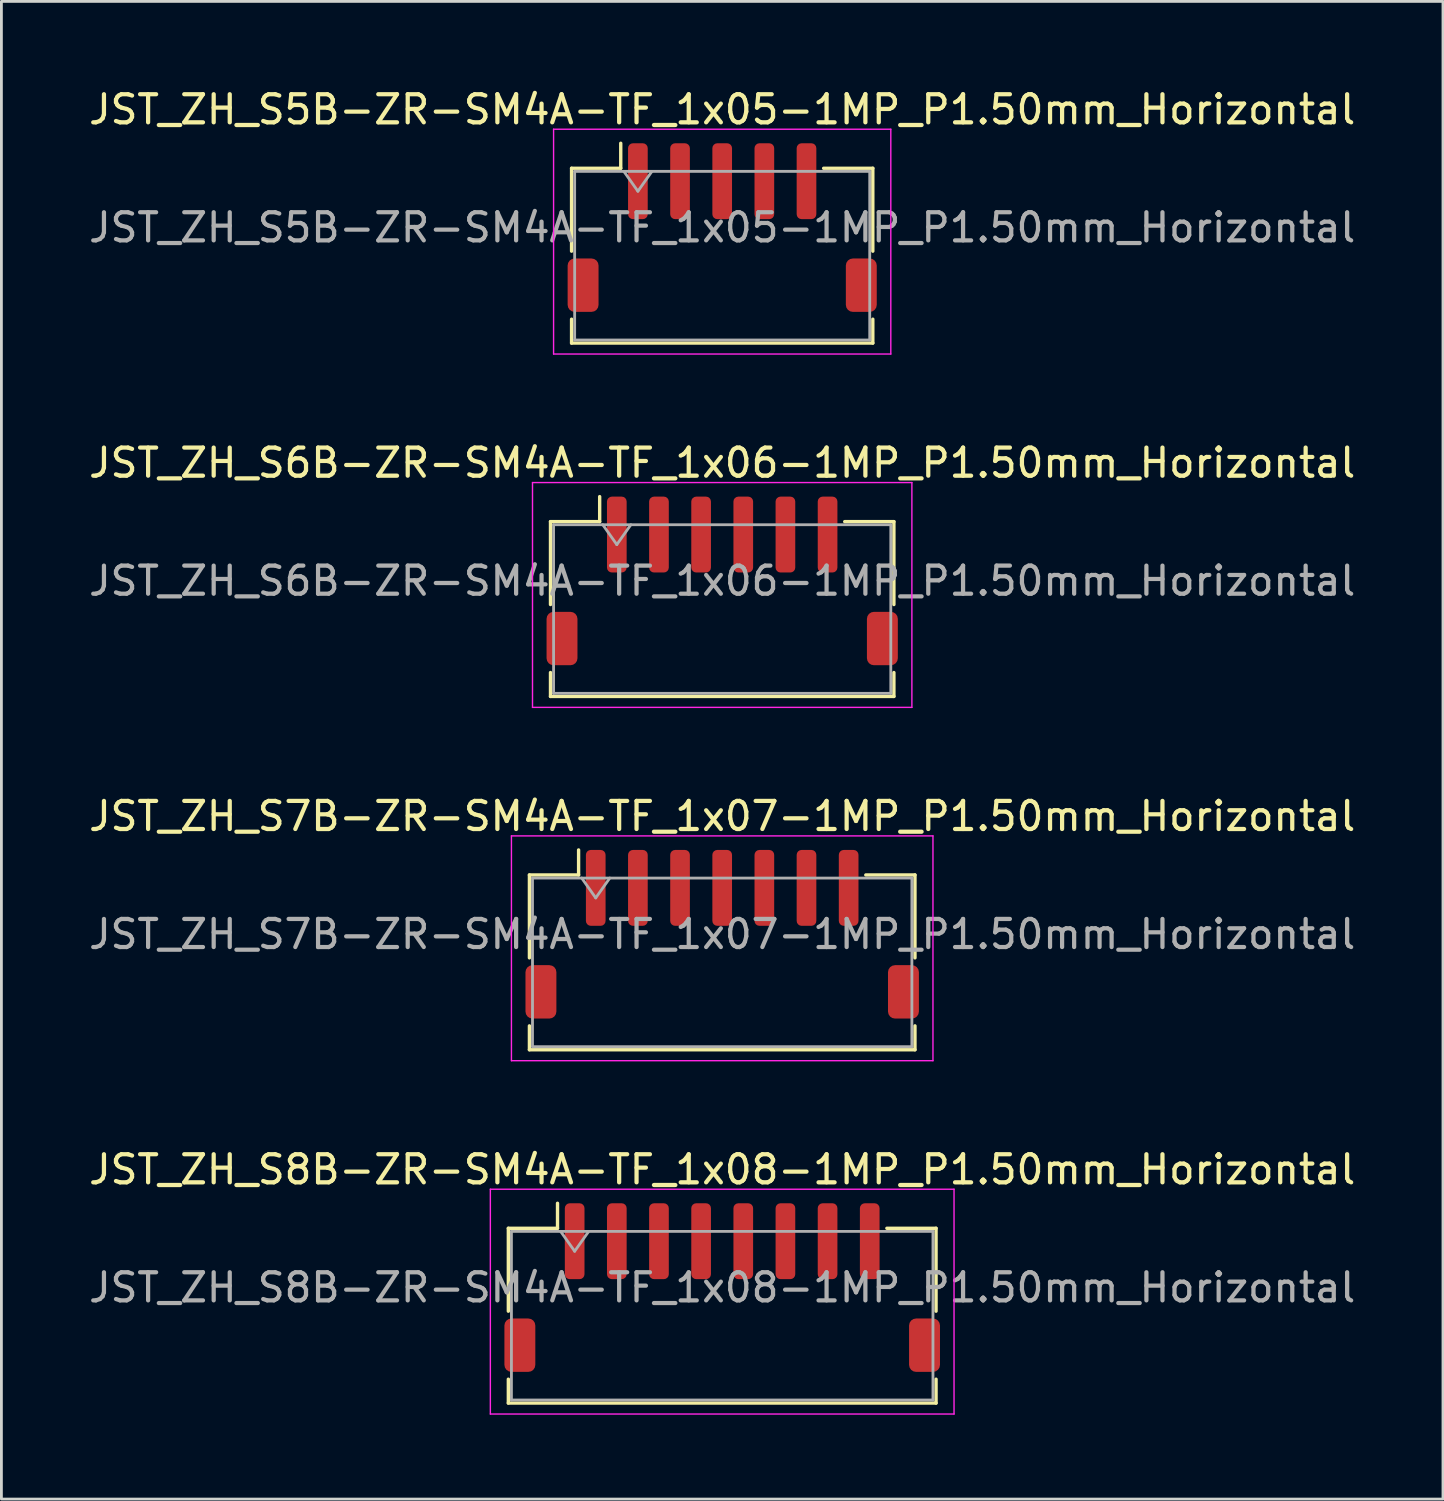
<source format=kicad_pcb>
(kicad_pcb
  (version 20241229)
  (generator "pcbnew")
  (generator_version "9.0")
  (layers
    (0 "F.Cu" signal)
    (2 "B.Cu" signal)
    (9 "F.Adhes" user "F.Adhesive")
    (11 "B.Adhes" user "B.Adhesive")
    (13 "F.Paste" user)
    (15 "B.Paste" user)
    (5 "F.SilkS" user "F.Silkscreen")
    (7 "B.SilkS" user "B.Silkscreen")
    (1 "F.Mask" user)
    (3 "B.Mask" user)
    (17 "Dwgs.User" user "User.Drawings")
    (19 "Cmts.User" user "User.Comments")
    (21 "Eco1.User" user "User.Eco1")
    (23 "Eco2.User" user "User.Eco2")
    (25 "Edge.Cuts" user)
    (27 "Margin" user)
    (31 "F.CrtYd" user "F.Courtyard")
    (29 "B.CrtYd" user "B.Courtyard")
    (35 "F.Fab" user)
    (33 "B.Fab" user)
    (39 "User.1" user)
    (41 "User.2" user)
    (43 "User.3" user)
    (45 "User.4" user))
  (footprint "JST_ZH_S8B-ZR-SM4A-TF_1x08-1MP_P1.50mm_Horizontal"
    (layer "F.Cu")
    (at 22.649 42.768)
    (property "Reference" "JST_ZH_S8B-ZR-SM4A-TF_1x08-1MP_P1.50mm_Horizontal" (at 0 -4.2 0) (layer "F.SilkS") (effects (font (size 1 1) (thickness 0.15))))
    (attr smd)
    (fp_line (start -7.61 -2.11) (end -5.86 -2.11) (stroke (width 0.12) (type solid)) (layer "F.SilkS"))
    (fp_line (start -7.61 0.84) (end -7.61 -2.11) (stroke (width 0.12) (type solid)) (layer "F.SilkS"))
    (fp_line (start -7.61 3.26) (end -7.61 4.11) (stroke (width 0.12) (type solid)) (layer "F.SilkS"))
    (fp_line (start -7.61 4.11) (end 7.61 4.11) (stroke (width 0.12) (type solid)) (layer "F.SilkS"))
    (fp_line (start -5.86 -2.11) (end -5.86 -3) (stroke (width 0.12) (type solid)) (layer "F.SilkS"))
    (fp_line (start 7.61 -2.11) (end 5.86 -2.11) (stroke (width 0.12) (type solid)) (layer "F.SilkS"))
    (fp_line (start 7.61 0.84) (end 7.61 -2.11) (stroke (width 0.12) (type solid)) (layer "F.SilkS"))
    (fp_line (start 7.61 4.11) (end 7.61 3.26) (stroke (width 0.12) (type solid)) (layer "F.SilkS"))
    (fp_line (start -8.25 -3.5) (end -8.25 4.5) (stroke (width 0.05) (type solid)) (layer "F.CrtYd"))
    (fp_line (start -8.25 4.5) (end 8.25 4.5) (stroke (width 0.05) (type solid)) (layer "F.CrtYd"))
    (fp_line (start 8.25 -3.5) (end -8.25 -3.5) (stroke (width 0.05) (type solid)) (layer "F.CrtYd"))
    (fp_line (start 8.25 4.5) (end 8.25 -3.5) (stroke (width 0.05) (type solid)) (layer "F.CrtYd"))
    (fp_line (start -7.5 -2) (end -7.5 4) (stroke (width 0.1) (type solid)) (layer "F.Fab"))
    (fp_line (start -7.5 -2) (end 7.5 -2) (stroke (width 0.1) (type solid)) (layer "F.Fab"))
    (fp_line (start -7.5 4) (end 7.5 4) (stroke (width 0.1) (type solid)) (layer "F.Fab"))
    (fp_line (start -5.75 -2) (end -5.25 -1.293) (stroke (width 0.1) (type solid)) (layer "F.Fab"))
    (fp_line (start -5.25 -1.293) (end -4.75 -2) (stroke (width 0.1) (type solid)) (layer "F.Fab"))
    (fp_line (start 7.5 -2) (end 7.5 4) (stroke (width 0.1) (type solid)) (layer "F.Fab"))
    (fp_text user "${REFERENCE}" (at 0 0 0) (layer "F.Fab") (effects (font (size 1 1) (thickness 0.15))))
    (pad "1" smd roundrect (at -5.25 -1.65) (size 0.7 2.7) (layers "F.Cu" "F.Mask" "F.Paste") (roundrect_rratio 0.25))
    (pad "2" smd roundrect (at -3.75 -1.65) (size 0.7 2.7) (layers "F.Cu" "F.Mask" "F.Paste") (roundrect_rratio 0.25))
    (pad "3" smd roundrect (at -2.25 -1.65) (size 0.7 2.7) (layers "F.Cu" "F.Mask" "F.Paste") (roundrect_rratio 0.25))
    (pad "4" smd roundrect (at -0.75 -1.65) (size 0.7 2.7) (layers "F.Cu" "F.Mask" "F.Paste") (roundrect_rratio 0.25))
    (pad "5" smd roundrect (at 0.75 -1.65) (size 0.7 2.7) (layers "F.Cu" "F.Mask" "F.Paste") (roundrect_rratio 0.25))
    (pad "6" smd roundrect (at 2.25 -1.65) (size 0.7 2.7) (layers "F.Cu" "F.Mask" "F.Paste") (roundrect_rratio 0.25))
    (pad "7" smd roundrect (at 3.75 -1.65) (size 0.7 2.7) (layers "F.Cu" "F.Mask" "F.Paste") (roundrect_rratio 0.25))
    (pad "8" smd roundrect (at 5.25 -1.65) (size 0.7 2.7) (layers "F.Cu" "F.Mask" "F.Paste") (roundrect_rratio 0.25))
    (pad "MP" smd roundrect (at -7.2 2.05) (size 1.1 1.9) (layers "F.Cu" "F.Mask" "F.Paste") (roundrect_rratio 0.227))
    (pad "MP" smd roundrect (at 7.2 2.05) (size 1.1 1.9) (layers "F.Cu" "F.Mask" "F.Paste") (roundrect_rratio 0.227)))
  (footprint "JST_ZH_S7B-ZR-SM4A-TF_1x07-1MP_P1.50mm_Horizontal"
    (layer "F.Cu")
    (at 22.649 30.195)
    (property "Reference" "JST_ZH_S7B-ZR-SM4A-TF_1x07-1MP_P1.50mm_Horizontal" (at 0 -4.2 0) (layer "F.SilkS") (effects (font (size 1 1) (thickness 0.15))))
    (attr smd)
    (fp_line (start -6.86 -2.11) (end -5.11 -2.11) (stroke (width 0.12) (type solid)) (layer "F.SilkS"))
    (fp_line (start -6.86 0.84) (end -6.86 -2.11) (stroke (width 0.12) (type solid)) (layer "F.SilkS"))
    (fp_line (start -6.86 3.26) (end -6.86 4.11) (stroke (width 0.12) (type solid)) (layer "F.SilkS"))
    (fp_line (start -6.86 4.11) (end 6.86 4.11) (stroke (width 0.12) (type solid)) (layer "F.SilkS"))
    (fp_line (start -5.11 -2.11) (end -5.11 -3) (stroke (width 0.12) (type solid)) (layer "F.SilkS"))
    (fp_line (start 6.86 -2.11) (end 5.11 -2.11) (stroke (width 0.12) (type solid)) (layer "F.SilkS"))
    (fp_line (start 6.86 0.84) (end 6.86 -2.11) (stroke (width 0.12) (type solid)) (layer "F.SilkS"))
    (fp_line (start 6.86 4.11) (end 6.86 3.26) (stroke (width 0.12) (type solid)) (layer "F.SilkS"))
    (fp_line (start -7.5 -3.5) (end -7.5 4.5) (stroke (width 0.05) (type solid)) (layer "F.CrtYd"))
    (fp_line (start -7.5 4.5) (end 7.5 4.5) (stroke (width 0.05) (type solid)) (layer "F.CrtYd"))
    (fp_line (start 7.5 -3.5) (end -7.5 -3.5) (stroke (width 0.05) (type solid)) (layer "F.CrtYd"))
    (fp_line (start 7.5 4.5) (end 7.5 -3.5) (stroke (width 0.05) (type solid)) (layer "F.CrtYd"))
    (fp_line (start -6.75 -2) (end -6.75 4) (stroke (width 0.1) (type solid)) (layer "F.Fab"))
    (fp_line (start -6.75 -2) (end 6.75 -2) (stroke (width 0.1) (type solid)) (layer "F.Fab"))
    (fp_line (start -6.75 4) (end 6.75 4) (stroke (width 0.1) (type solid)) (layer "F.Fab"))
    (fp_line (start -5 -2) (end -4.5 -1.293) (stroke (width 0.1) (type solid)) (layer "F.Fab"))
    (fp_line (start -4.5 -1.293) (end -4 -2) (stroke (width 0.1) (type solid)) (layer "F.Fab"))
    (fp_line (start 6.75 -2) (end 6.75 4) (stroke (width 0.1) (type solid)) (layer "F.Fab"))
    (fp_text user "${REFERENCE}" (at 0 0 0) (layer "F.Fab") (effects (font (size 1 1) (thickness 0.15))))
    (pad "1" smd roundrect (at -4.5 -1.65) (size 0.7 2.7) (layers "F.Cu" "F.Mask" "F.Paste") (roundrect_rratio 0.25))
    (pad "2" smd roundrect (at -3 -1.65) (size 0.7 2.7) (layers "F.Cu" "F.Mask" "F.Paste") (roundrect_rratio 0.25))
    (pad "3" smd roundrect (at -1.5 -1.65) (size 0.7 2.7) (layers "F.Cu" "F.Mask" "F.Paste") (roundrect_rratio 0.25))
    (pad "4" smd roundrect (at 0 -1.65) (size 0.7 2.7) (layers "F.Cu" "F.Mask" "F.Paste") (roundrect_rratio 0.25))
    (pad "5" smd roundrect (at 1.5 -1.65) (size 0.7 2.7) (layers "F.Cu" "F.Mask" "F.Paste") (roundrect_rratio 0.25))
    (pad "6" smd roundrect (at 3 -1.65) (size 0.7 2.7) (layers "F.Cu" "F.Mask" "F.Paste") (roundrect_rratio 0.25))
    (pad "7" smd roundrect (at 4.5 -1.65) (size 0.7 2.7) (layers "F.Cu" "F.Mask" "F.Paste") (roundrect_rratio 0.25))
    (pad "MP" smd roundrect (at -6.45 2.05) (size 1.1 1.9) (layers "F.Cu" "F.Mask" "F.Paste") (roundrect_rratio 0.227))
    (pad "MP" smd roundrect (at 6.45 2.05) (size 1.1 1.9) (layers "F.Cu" "F.Mask" "F.Paste") (roundrect_rratio 0.227)))
  (footprint "JST_ZH_S6B-ZR-SM4A-TF_1x06-1MP_P1.50mm_Horizontal"
    (layer "F.Cu")
    (at 22.649 17.622)
    (property "Reference" "JST_ZH_S6B-ZR-SM4A-TF_1x06-1MP_P1.50mm_Horizontal" (at 0 -4.2 0) (layer "F.SilkS") (effects (font (size 1 1) (thickness 0.15))))
    (attr smd)
    (fp_line (start -6.11 -2.11) (end -4.36 -2.11) (stroke (width 0.12) (type solid)) (layer "F.SilkS"))
    (fp_line (start -6.11 0.84) (end -6.11 -2.11) (stroke (width 0.12) (type solid)) (layer "F.SilkS"))
    (fp_line (start -6.11 3.26) (end -6.11 4.11) (stroke (width 0.12) (type solid)) (layer "F.SilkS"))
    (fp_line (start -6.11 4.11) (end 6.11 4.11) (stroke (width 0.12) (type solid)) (layer "F.SilkS"))
    (fp_line (start -4.36 -2.11) (end -4.36 -3) (stroke (width 0.12) (type solid)) (layer "F.SilkS"))
    (fp_line (start 6.11 -2.11) (end 4.36 -2.11) (stroke (width 0.12) (type solid)) (layer "F.SilkS"))
    (fp_line (start 6.11 0.84) (end 6.11 -2.11) (stroke (width 0.12) (type solid)) (layer "F.SilkS"))
    (fp_line (start 6.11 4.11) (end 6.11 3.26) (stroke (width 0.12) (type solid)) (layer "F.SilkS"))
    (fp_line (start -6.75 -3.5) (end -6.75 4.5) (stroke (width 0.05) (type solid)) (layer "F.CrtYd"))
    (fp_line (start -6.75 4.5) (end 6.75 4.5) (stroke (width 0.05) (type solid)) (layer "F.CrtYd"))
    (fp_line (start 6.75 -3.5) (end -6.75 -3.5) (stroke (width 0.05) (type solid)) (layer "F.CrtYd"))
    (fp_line (start 6.75 4.5) (end 6.75 -3.5) (stroke (width 0.05) (type solid)) (layer "F.CrtYd"))
    (fp_line (start -6 -2) (end -6 4) (stroke (width 0.1) (type solid)) (layer "F.Fab"))
    (fp_line (start -6 -2) (end 6 -2) (stroke (width 0.1) (type solid)) (layer "F.Fab"))
    (fp_line (start -6 4) (end 6 4) (stroke (width 0.1) (type solid)) (layer "F.Fab"))
    (fp_line (start -4.25 -2) (end -3.75 -1.293) (stroke (width 0.1) (type solid)) (layer "F.Fab"))
    (fp_line (start -3.75 -1.293) (end -3.25 -2) (stroke (width 0.1) (type solid)) (layer "F.Fab"))
    (fp_line (start 6 -2) (end 6 4) (stroke (width 0.1) (type solid)) (layer "F.Fab"))
    (fp_text user "${REFERENCE}" (at 0 0 0) (layer "F.Fab") (effects (font (size 1 1) (thickness 0.15))))
    (pad "1" smd roundrect (at -3.75 -1.65) (size 0.7 2.7) (layers "F.Cu" "F.Mask" "F.Paste") (roundrect_rratio 0.25))
    (pad "2" smd roundrect (at -2.25 -1.65) (size 0.7 2.7) (layers "F.Cu" "F.Mask" "F.Paste") (roundrect_rratio 0.25))
    (pad "3" smd roundrect (at -0.75 -1.65) (size 0.7 2.7) (layers "F.Cu" "F.Mask" "F.Paste") (roundrect_rratio 0.25))
    (pad "4" smd roundrect (at 0.75 -1.65) (size 0.7 2.7) (layers "F.Cu" "F.Mask" "F.Paste") (roundrect_rratio 0.25))
    (pad "5" smd roundrect (at 2.25 -1.65) (size 0.7 2.7) (layers "F.Cu" "F.Mask" "F.Paste") (roundrect_rratio 0.25))
    (pad "6" smd roundrect (at 3.75 -1.65) (size 0.7 2.7) (layers "F.Cu" "F.Mask" "F.Paste") (roundrect_rratio 0.25))
    (pad "MP" smd roundrect (at -5.7 2.05) (size 1.1 1.9) (layers "F.Cu" "F.Mask" "F.Paste") (roundrect_rratio 0.227))
    (pad "MP" smd roundrect (at 5.7 2.05) (size 1.1 1.9) (layers "F.Cu" "F.Mask" "F.Paste") (roundrect_rratio 0.227)))
  (footprint "JST_ZH_S5B-ZR-SM4A-TF_1x05-1MP_P1.50mm_Horizontal"
    (layer "F.Cu")
    (at 22.649 5.048)
    (property "Reference" "JST_ZH_S5B-ZR-SM4A-TF_1x05-1MP_P1.50mm_Horizontal" (at 0 -4.2 0) (layer "F.SilkS") (effects (font (size 1 1) (thickness 0.15))))
    (attr smd)
    (fp_line (start -5.36 -2.11) (end -3.61 -2.11) (stroke (width 0.12) (type solid)) (layer "F.SilkS"))
    (fp_line (start -5.36 0.84) (end -5.36 -2.11) (stroke (width 0.12) (type solid)) (layer "F.SilkS"))
    (fp_line (start -5.36 3.26) (end -5.36 4.11) (stroke (width 0.12) (type solid)) (layer "F.SilkS"))
    (fp_line (start -5.36 4.11) (end 5.36 4.11) (stroke (width 0.12) (type solid)) (layer "F.SilkS"))
    (fp_line (start -3.61 -2.11) (end -3.61 -3) (stroke (width 0.12) (type solid)) (layer "F.SilkS"))
    (fp_line (start 5.36 -2.11) (end 3.61 -2.11) (stroke (width 0.12) (type solid)) (layer "F.SilkS"))
    (fp_line (start 5.36 0.84) (end 5.36 -2.11) (stroke (width 0.12) (type solid)) (layer "F.SilkS"))
    (fp_line (start 5.36 4.11) (end 5.36 3.26) (stroke (width 0.12) (type solid)) (layer "F.SilkS"))
    (fp_line (start -6 -3.5) (end -6 4.5) (stroke (width 0.05) (type solid)) (layer "F.CrtYd"))
    (fp_line (start -6 4.5) (end 6 4.5) (stroke (width 0.05) (type solid)) (layer "F.CrtYd"))
    (fp_line (start 6 -3.5) (end -6 -3.5) (stroke (width 0.05) (type solid)) (layer "F.CrtYd"))
    (fp_line (start 6 4.5) (end 6 -3.5) (stroke (width 0.05) (type solid)) (layer "F.CrtYd"))
    (fp_line (start -5.25 -2) (end -5.25 4) (stroke (width 0.1) (type solid)) (layer "F.Fab"))
    (fp_line (start -5.25 -2) (end 5.25 -2) (stroke (width 0.1) (type solid)) (layer "F.Fab"))
    (fp_line (start -5.25 4) (end 5.25 4) (stroke (width 0.1) (type solid)) (layer "F.Fab"))
    (fp_line (start -3.5 -2) (end -3 -1.293) (stroke (width 0.1) (type solid)) (layer "F.Fab"))
    (fp_line (start -3 -1.293) (end -2.5 -2) (stroke (width 0.1) (type solid)) (layer "F.Fab"))
    (fp_line (start 5.25 -2) (end 5.25 4) (stroke (width 0.1) (type solid)) (layer "F.Fab"))
    (fp_text user "${REFERENCE}" (at 0 0 0) (layer "F.Fab") (effects (font (size 1 1) (thickness 0.15))))
    (pad "1" smd roundrect (at -3 -1.65) (size 0.7 2.7) (layers "F.Cu" "F.Mask" "F.Paste") (roundrect_rratio 0.25))
    (pad "2" smd roundrect (at -1.5 -1.65) (size 0.7 2.7) (layers "F.Cu" "F.Mask" "F.Paste") (roundrect_rratio 0.25))
    (pad "3" smd roundrect (at 0 -1.65) (size 0.7 2.7) (layers "F.Cu" "F.Mask" "F.Paste") (roundrect_rratio 0.25))
    (pad "4" smd roundrect (at 1.5 -1.65) (size 0.7 2.7) (layers "F.Cu" "F.Mask" "F.Paste") (roundrect_rratio 0.25))
    (pad "5" smd roundrect (at 3 -1.65) (size 0.7 2.7) (layers "F.Cu" "F.Mask" "F.Paste") (roundrect_rratio 0.25))
    (pad "MP" smd roundrect (at -4.95 2.05) (size 1.1 1.9) (layers "F.Cu" "F.Mask" "F.Paste") (roundrect_rratio 0.227))
    (pad "MP" smd roundrect (at 4.95 2.05) (size 1.1 1.9) (layers "F.Cu" "F.Mask" "F.Paste") (roundrect_rratio 0.227)))
  (gr_rect
    (start -3 -3)
    (end 48.298 50.293)
    (stroke (width 0.1) (type default))
    (fill no)
    (layer "Edge.Cuts")))
</source>
